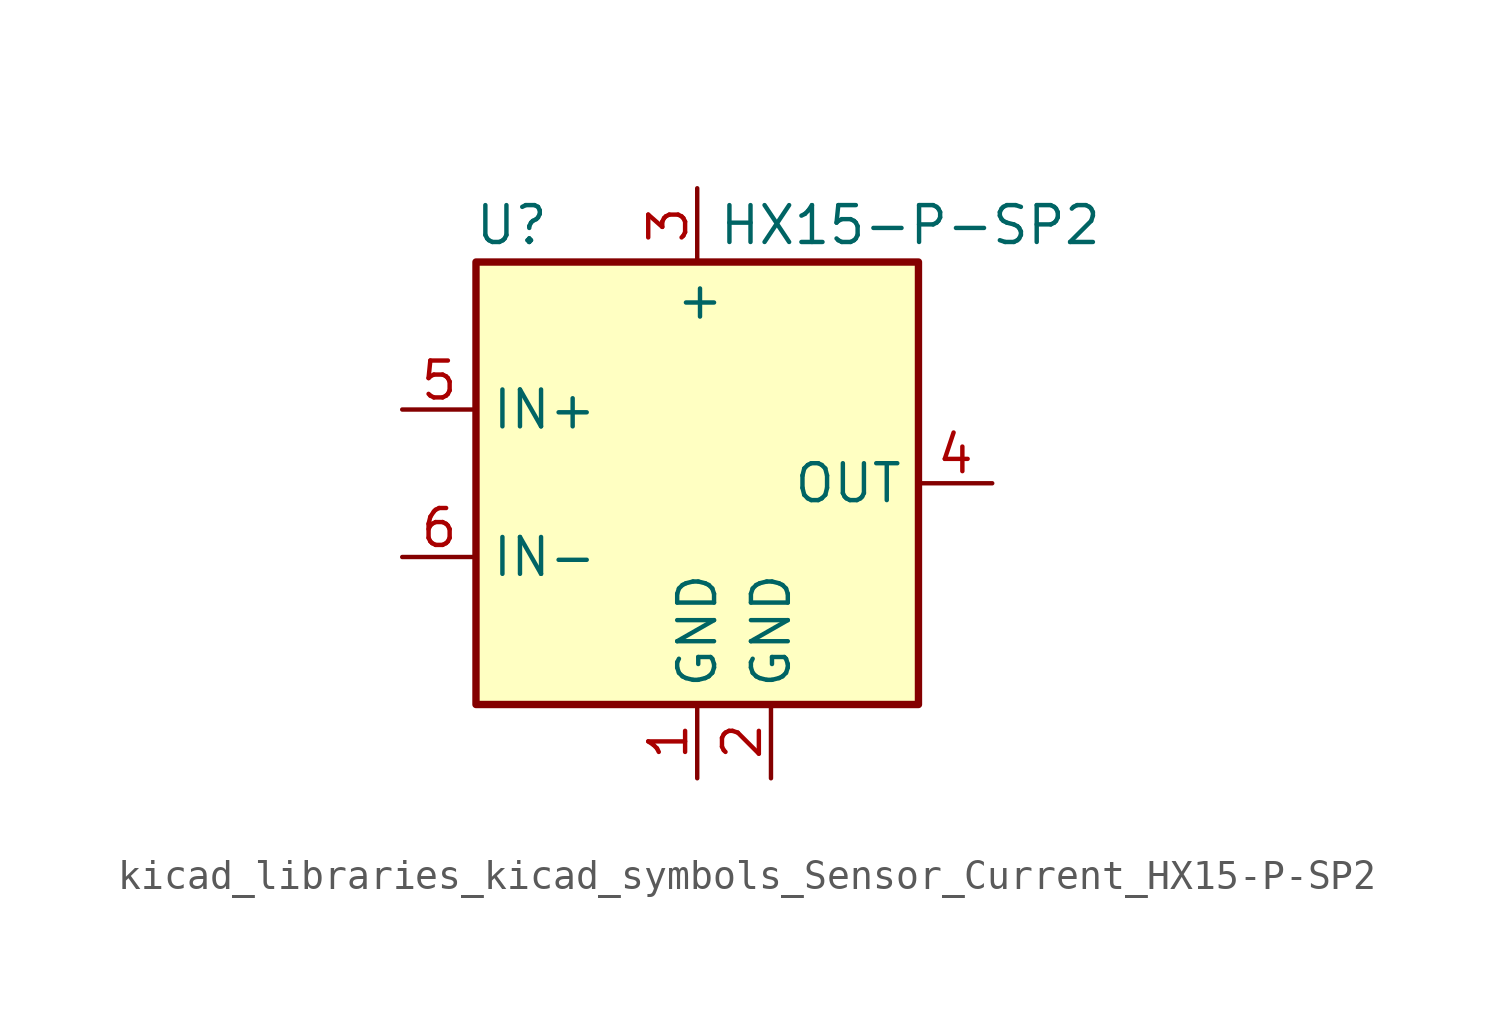
<source format=kicad_sym>
(kicad_symbol_lib
  (version 20220914)
  (generator kicad_symbol_editor)
  (symbol "kicad_libraries_kicad_symbols_Sensor_Current_HX15-P-SP2"
    (property "Reference" "U"
      (at -5.08 8.89 0)
      (effects (font (size 1.27 1.27)) (justify right)))
    (property "Value" "HX15-P-SP2"
      (at 13.97 8.89 0)
      (effects (font (size 1.27 1.27)) (justify right)))
    (symbol "kicad_libraries_kicad_symbols_Sensor_Current_HX15-P-SP2_0_1"
      (rectangle (start -7.62 7.62) (end 7.62 -7.62) (stroke (width 0.254) (type default)) (fill (type background))))
    (symbol "kicad_libraries_kicad_symbols_Sensor_Current_HX15-P-SP2_1_1"
      (pin power_in line (at 0 -10.16 90) (length 2.54) (name "GND" (effects (font (size 1.27 1.27)))) (number "1" (effects (font (size 1.27 1.27)))))
      (pin power_in line (at 2.54 -10.16 90) (length 2.54) (name "GND" (effects (font (size 1.27 1.27)))) (number "2" (effects (font (size 1.27 1.27)))))
      (pin power_in line (at 0 10.16 270) (length 2.54) (name "+" (effects (font (size 1.27 1.27)))) (number "3" (effects (font (size 1.27 1.27)))))
      (pin output line (at 10.16 0 180) (length 2.54) (name "OUT" (effects (font (size 1.27 1.27)))) (number "4" (effects (font (size 1.27 1.27)))))
      (pin passive line (at -10.16 2.54 0) (length 2.54) (name "IN+" (effects (font (size 1.27 1.27)))) (number "5" (effects (font (size 1.27 1.27)))))
      (pin passive line (at -10.16 -2.54 0) (length 2.54) (name "IN-" (effects (font (size 1.27 1.27)))) (number "6" (effects (font (size 1.27 1.27))))))))
</source>
